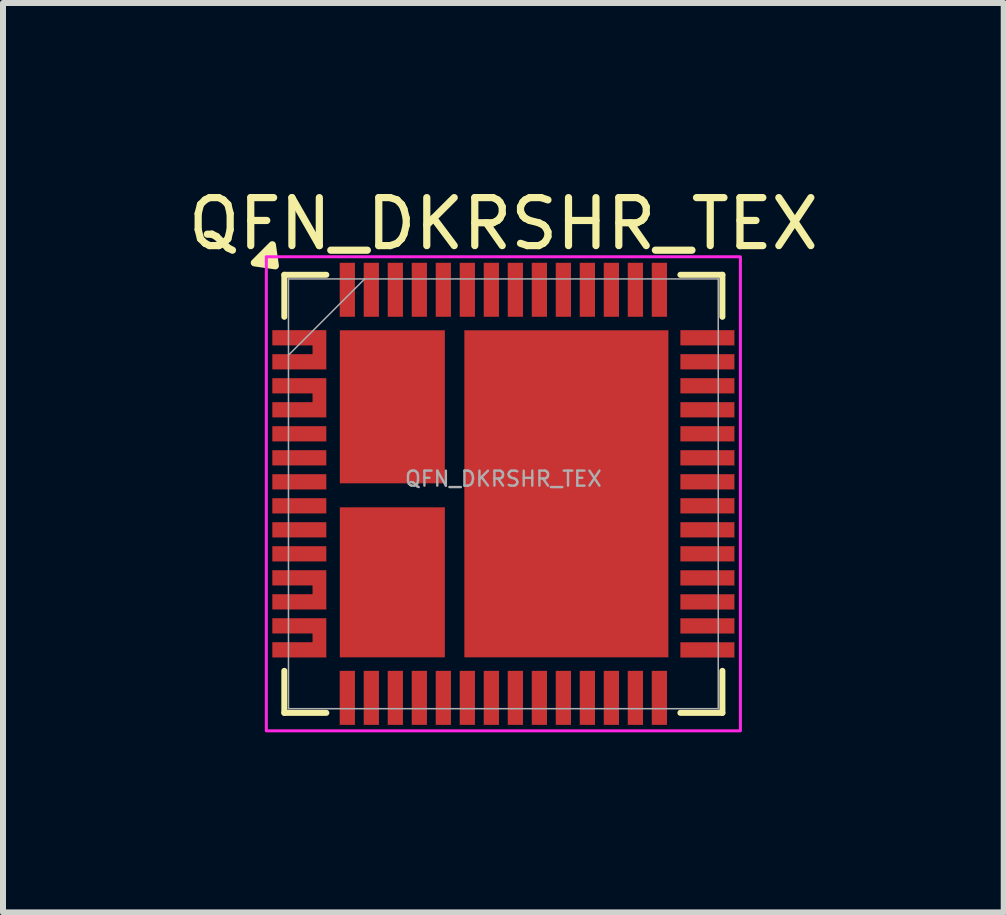
<source format=kicad_pcb>
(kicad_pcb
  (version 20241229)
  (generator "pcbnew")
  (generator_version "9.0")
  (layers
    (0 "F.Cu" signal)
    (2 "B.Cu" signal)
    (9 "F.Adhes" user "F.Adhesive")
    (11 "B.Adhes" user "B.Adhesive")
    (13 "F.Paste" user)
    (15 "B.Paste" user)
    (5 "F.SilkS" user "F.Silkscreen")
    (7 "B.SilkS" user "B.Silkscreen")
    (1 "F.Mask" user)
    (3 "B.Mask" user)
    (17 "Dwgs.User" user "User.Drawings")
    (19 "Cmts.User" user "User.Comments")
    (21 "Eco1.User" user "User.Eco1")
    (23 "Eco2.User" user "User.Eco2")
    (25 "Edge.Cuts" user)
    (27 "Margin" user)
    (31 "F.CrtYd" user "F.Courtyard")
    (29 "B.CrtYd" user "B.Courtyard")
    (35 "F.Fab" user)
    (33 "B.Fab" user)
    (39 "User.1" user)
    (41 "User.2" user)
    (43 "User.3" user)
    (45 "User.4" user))
  (footprint "QFN_DKRSHR_TEX"
    (layer "F.Cu")
    (at 5.338 5.179)
    (property "Reference" "QFN_DKRSHR_TEX" (at 0 -4.5 0) (unlocked yes) (layer "F.SilkS") (effects (font (size 0.8 0.8) (thickness 0.12))))
    (attr smd)
    (fp_line (start -3.65 -3.65) (end -2.95 -3.65) (stroke (width 0.1) (type default)) (layer "F.SilkS"))
    (fp_line (start -3.65 -2.95) (end -3.65 -3.65) (stroke (width 0.1) (type default)) (layer "F.SilkS"))
    (fp_line (start -3.65 2.95) (end -3.65 3.65) (stroke (width 0.1) (type default)) (layer "F.SilkS"))
    (fp_line (start -3.65 3.65) (end -2.95 3.65) (stroke (width 0.1) (type default)) (layer "F.SilkS"))
    (fp_line (start 3.65 -3.65) (end 2.95 -3.65) (stroke (width 0.1) (type default)) (layer "F.SilkS"))
    (fp_line (start 3.65 -2.95) (end 3.65 -3.65) (stroke (width 0.1) (type default)) (layer "F.SilkS"))
    (fp_line (start 3.65 2.95) (end 3.65 3.65) (stroke (width 0.1) (type default)) (layer "F.SilkS"))
    (fp_line (start 3.65 3.65) (end 2.95 3.65) (stroke (width 0.1) (type default)) (layer "F.SilkS"))
    (fp_poly (pts (xy -3.8 -3.8) (xy -4.15 -3.85) (xy -3.85 -4.15)) (stroke (width 0.12) (type solid)) (fill yes) (layer "F.SilkS"))
    (fp_poly (pts (xy -0.6 -2.694) (xy -0.6 -1.497) (xy 0.953 -1.497) (xy 0.953 -2.694)) (stroke (width 0) (type solid)) (fill yes) (layer "F.Paste"))
    (fp_poly (pts (xy -0.6 -1.297) (xy -0.6 -0.1) (xy 0.953 -0.1) (xy 0.953 -1.297)) (stroke (width 0) (type solid)) (fill yes) (layer "F.Paste"))
    (fp_poly (pts (xy -0.6 0.1) (xy -0.6 1.297) (xy 0.953 1.297) (xy 0.953 0.1)) (stroke (width 0) (type solid)) (fill yes) (layer "F.Paste"))
    (fp_poly (pts (xy -0.6 1.497) (xy -0.6 2.694) (xy 0.953 2.694) (xy 0.953 1.497)) (stroke (width 0) (type solid)) (fill yes) (layer "F.Paste"))
    (fp_poly (pts (xy 1.153 -2.694) (xy 1.153 -1.497) (xy 2.705 -1.497) (xy 2.705 -2.694)) (stroke (width 0) (type solid)) (fill yes) (layer "F.Paste"))
    (fp_poly (pts (xy 1.153 -1.297) (xy 1.153 -0.1) (xy 2.705 -0.1) (xy 2.705 -1.297)) (stroke (width 0) (type solid)) (fill yes) (layer "F.Paste"))
    (fp_poly (pts (xy 1.153 0.1) (xy 1.153 1.297) (xy 2.705 1.297) (xy 2.705 0.1)) (stroke (width 0) (type solid)) (fill yes) (layer "F.Paste"))
    (fp_poly (pts (xy 1.153 1.497) (xy 1.153 2.694) (xy 2.705 2.694) (xy 2.705 1.497)) (stroke (width 0) (type solid)) (fill yes) (layer "F.Paste"))
    (fp_rect (start -3.95 -3.95) (end 3.95 3.95) (stroke (width 0.05) (type default)) (fill no) (layer "F.CrtYd"))
    (fp_line (start -3.581 -3.581) (end -3.581 3.581) (stroke (width 0.025) (type solid)) (layer "F.Fab"))
    (fp_line (start -3.581 -2.311) (end -2.311 -3.581) (stroke (width 0.025) (type solid)) (layer "F.Fab"))
    (fp_line (start -3.581 3.581) (end 3.581 3.581) (stroke (width 0.025) (type solid)) (layer "F.Fab"))
    (fp_line (start 3.581 -3.581) (end -3.581 -3.581) (stroke (width 0.025) (type solid)) (layer "F.Fab"))
    (fp_line (start 3.581 3.581) (end 3.581 -3.581) (stroke (width 0.025) (type solid)) (layer "F.Fab"))
    (fp_text user "${REFERENCE}" (at 0 -0.25 0) (unlocked yes) (layer "F.Fab") (effects (font (size 0.25 0.25) (thickness 0.04))))
    (pad "1" smd custom (at -3.4 -2.6 90) (size 0.254 0.9) (layers "F.Cu" "F.Mask" "F.Paste") (options (anchor rect)) (primitives (gr_poly (pts (xy 0.127 0.45) (xy -0.527 0.45) (xy -0.527 -0.45) (xy -0.273 -0.45) (xy -0.273 0.22) (xy -0.127 0.22) (xy -0.127 -0.45) (xy 0.127 -0.45)) (width 0) (fill yes))))
    (pad "3" smd custom (at -3.4 -1.8 90) (size 0.254 0.9) (layers "F.Cu" "F.Mask" "F.Paste") (options (anchor rect)) (primitives (gr_poly (pts (xy 0.127 0.45) (xy -0.527 0.45) (xy -0.527 -0.45) (xy -0.273 -0.45) (xy -0.273 0.22) (xy -0.127 0.22) (xy -0.127 -0.45) (xy 0.127 -0.45)) (width 0) (fill yes))))
    (pad "5" smd rect (at -3.4 -1 90) (size 0.254 0.9) (layers "F.Cu" "F.Mask" "F.Paste"))
    (pad "6" smd rect (at -3.4 -0.6 90) (size 0.254 0.9) (layers "F.Cu" "F.Mask" "F.Paste"))
    (pad "7" smd rect (at -3.4 -0.2 90) (size 0.254 0.9) (layers "F.Cu" "F.Mask" "F.Paste"))
    (pad "8" smd rect (at -3.4 0.2 90) (size 0.254 0.9) (layers "F.Cu" "F.Mask" "F.Paste"))
    (pad "9" smd rect (at -3.4 0.6 90) (size 0.254 0.9) (layers "F.Cu" "F.Mask" "F.Paste"))
    (pad "10" smd rect (at -3.4 1 90) (size 0.254 0.9) (layers "F.Cu" "F.Mask" "F.Paste"))
    (pad "11" smd custom (at -3.4 1.4 90) (size 0.254 0.9) (layers "F.Cu" "F.Mask" "F.Paste") (options (anchor rect)) (primitives (gr_poly (pts (xy 0.127 0.45) (xy -0.527 0.45) (xy -0.527 -0.45) (xy -0.273 -0.45) (xy -0.273 0.22) (xy -0.127 0.22) (xy -0.127 -0.45) (xy 0.127 -0.45)) (width 0) (fill yes))))
    (pad "13" smd custom (at -3.4 2.2 90) (size 0.254 0.9) (layers "F.Cu" "F.Mask" "F.Paste") (options (anchor rect)) (primitives (gr_poly (pts (xy 0.127 0.45) (xy -0.527 0.45) (xy -0.527 -0.45) (xy -0.273 -0.45) (xy -0.273 0.22) (xy -0.127 0.22) (xy -0.127 -0.45) (xy 0.127 -0.45)) (width 0) (fill yes))))
    (pad "15" smd rect (at -2.6 3.4) (size 0.254 0.9) (layers "F.Cu" "F.Mask" "F.Paste"))
    (pad "16" smd rect (at -2.2 3.4) (size 0.254 0.9) (layers "F.Cu" "F.Mask" "F.Paste"))
    (pad "17" smd rect (at -1.8 3.4) (size 0.254 0.9) (layers "F.Cu" "F.Mask" "F.Paste"))
    (pad "18" smd rect (at -1.4 3.4) (size 0.254 0.9) (layers "F.Cu" "F.Mask" "F.Paste"))
    (pad "19" smd rect (at -1 3.4) (size 0.254 0.9) (layers "F.Cu" "F.Mask" "F.Paste"))
    (pad "20" smd rect (at -0.6 3.4) (size 0.254 0.9) (layers "F.Cu" "F.Mask" "F.Paste"))
    (pad "21" smd rect (at -0.2 3.4) (size 0.254 0.9) (layers "F.Cu" "F.Mask" "F.Paste"))
    (pad "22" smd rect (at 0.2 3.4) (size 0.254 0.9) (layers "F.Cu" "F.Mask" "F.Paste"))
    (pad "23" smd rect (at 0.6 3.4) (size 0.254 0.9) (layers "F.Cu" "F.Mask" "F.Paste"))
    (pad "24" smd rect (at 1 3.4) (size 0.254 0.9) (layers "F.Cu" "F.Mask" "F.Paste"))
    (pad "25" smd rect (at 1.4 3.4) (size 0.254 0.9) (layers "F.Cu" "F.Mask" "F.Paste"))
    (pad "26" smd rect (at 1.8 3.4) (size 0.254 0.9) (layers "F.Cu" "F.Mask" "F.Paste"))
    (pad "27" smd rect (at 2.2 3.4) (size 0.254 0.9) (layers "F.Cu" "F.Mask" "F.Paste"))
    (pad "28" smd rect (at 2.6 3.4) (size 0.254 0.9) (layers "F.Cu" "F.Mask" "F.Paste"))
    (pad "29" smd rect (at 3.4 2.601 90) (size 0.254 0.9) (layers "F.Cu" "F.Mask" "F.Paste"))
    (pad "30" smd rect (at 3.4 2.201 90) (size 0.254 0.9) (layers "F.Cu" "F.Mask" "F.Paste"))
    (pad "31" smd rect (at 3.4 1.801 90) (size 0.254 0.9) (layers "F.Cu" "F.Mask" "F.Paste"))
    (pad "32" smd rect (at 3.4 1.401 90) (size 0.254 0.9) (layers "F.Cu" "F.Mask" "F.Paste"))
    (pad "33" smd rect (at 3.4 1 90) (size 0.254 0.9) (layers "F.Cu" "F.Mask" "F.Paste"))
    (pad "34" smd rect (at 3.4 0.6 90) (size 0.254 0.9) (layers "F.Cu" "F.Mask" "F.Paste"))
    (pad "35" smd rect (at 3.4 0.2 90) (size 0.254 0.9) (layers "F.Cu" "F.Mask" "F.Paste"))
    (pad "36" smd rect (at 3.4 -0.2 90) (size 0.254 0.9) (layers "F.Cu" "F.Mask" "F.Paste"))
    (pad "37" smd rect (at 3.4 -0.6 90) (size 0.254 0.9) (layers "F.Cu" "F.Mask" "F.Paste"))
    (pad "38" smd rect (at 3.4 -1 90) (size 0.254 0.9) (layers "F.Cu" "F.Mask" "F.Paste"))
    (pad "39" smd rect (at 3.4 -1.4 90) (size 0.254 0.9) (layers "F.Cu" "F.Mask" "F.Paste"))
    (pad "40" smd rect (at 3.4 -1.8 90) (size 0.254 0.9) (layers "F.Cu" "F.Mask" "F.Paste"))
    (pad "41" smd rect (at 3.4 -2.2 90) (size 0.254 0.9) (layers "F.Cu" "F.Mask" "F.Paste"))
    (pad "42" smd rect (at 3.4 -2.6 90) (size 0.254 0.9) (layers "F.Cu" "F.Mask" "F.Paste"))
    (pad "43" smd rect (at 2.6 -3.4) (size 0.254 0.9) (layers "F.Cu" "F.Mask" "F.Paste"))
    (pad "44" smd rect (at 2.2 -3.4) (size 0.254 0.9) (layers "F.Cu" "F.Mask" "F.Paste"))
    (pad "45" smd rect (at 1.8 -3.4) (size 0.254 0.9) (layers "F.Cu" "F.Mask" "F.Paste"))
    (pad "46" smd rect (at 1.4 -3.4) (size 0.254 0.9) (layers "F.Cu" "F.Mask" "F.Paste"))
    (pad "47" smd rect (at 1 -3.4) (size 0.254 0.9) (layers "F.Cu" "F.Mask" "F.Paste"))
    (pad "48" smd rect (at 0.6 -3.4) (size 0.254 0.9) (layers "F.Cu" "F.Mask" "F.Paste"))
    (pad "49" smd rect (at 0.2 -3.4) (size 0.254 0.9) (layers "F.Cu" "F.Mask" "F.Paste"))
    (pad "50" smd rect (at -0.2 -3.4) (size 0.254 0.9) (layers "F.Cu" "F.Mask" "F.Paste"))
    (pad "51" smd rect (at -0.6 -3.4) (size 0.254 0.9) (layers "F.Cu" "F.Mask" "F.Paste"))
    (pad "52" smd rect (at -1 -3.4) (size 0.254 0.9) (layers "F.Cu" "F.Mask" "F.Paste"))
    (pad "53" smd rect (at -1.4 -3.4) (size 0.254 0.9) (layers "F.Cu" "F.Mask" "F.Paste"))
    (pad "54" smd rect (at -1.8 -3.4) (size 0.254 0.9) (layers "F.Cu" "F.Mask" "F.Paste"))
    (pad "55" smd rect (at -2.2 -3.4) (size 0.254 0.9) (layers "F.Cu" "F.Mask" "F.Paste"))
    (pad "56" smd rect (at -2.6 -3.4) (size 0.254 0.9) (layers "F.Cu" "F.Mask" "F.Paste"))
    (pad "57" smd rect (at -1.85 -1.45) (size 1.75 2.55) (layers "F.Cu" "F.Mask" "F.Paste"))
    (pad "58" smd rect (at -1.85 1.475) (size 1.75 2.5) (layers "F.Cu" "F.Mask" "F.Paste"))
    (pad "59" smd rect (at 1.05 0) (size 3.4 5.45) (layers "F.Cu" "F.Mask")))
  (gr_rect
    (start -3 -3)
    (end 13.676 12.154)
    (stroke (width 0.1) (type default))
    (fill no)
    (layer "Edge.Cuts")))
</source>
